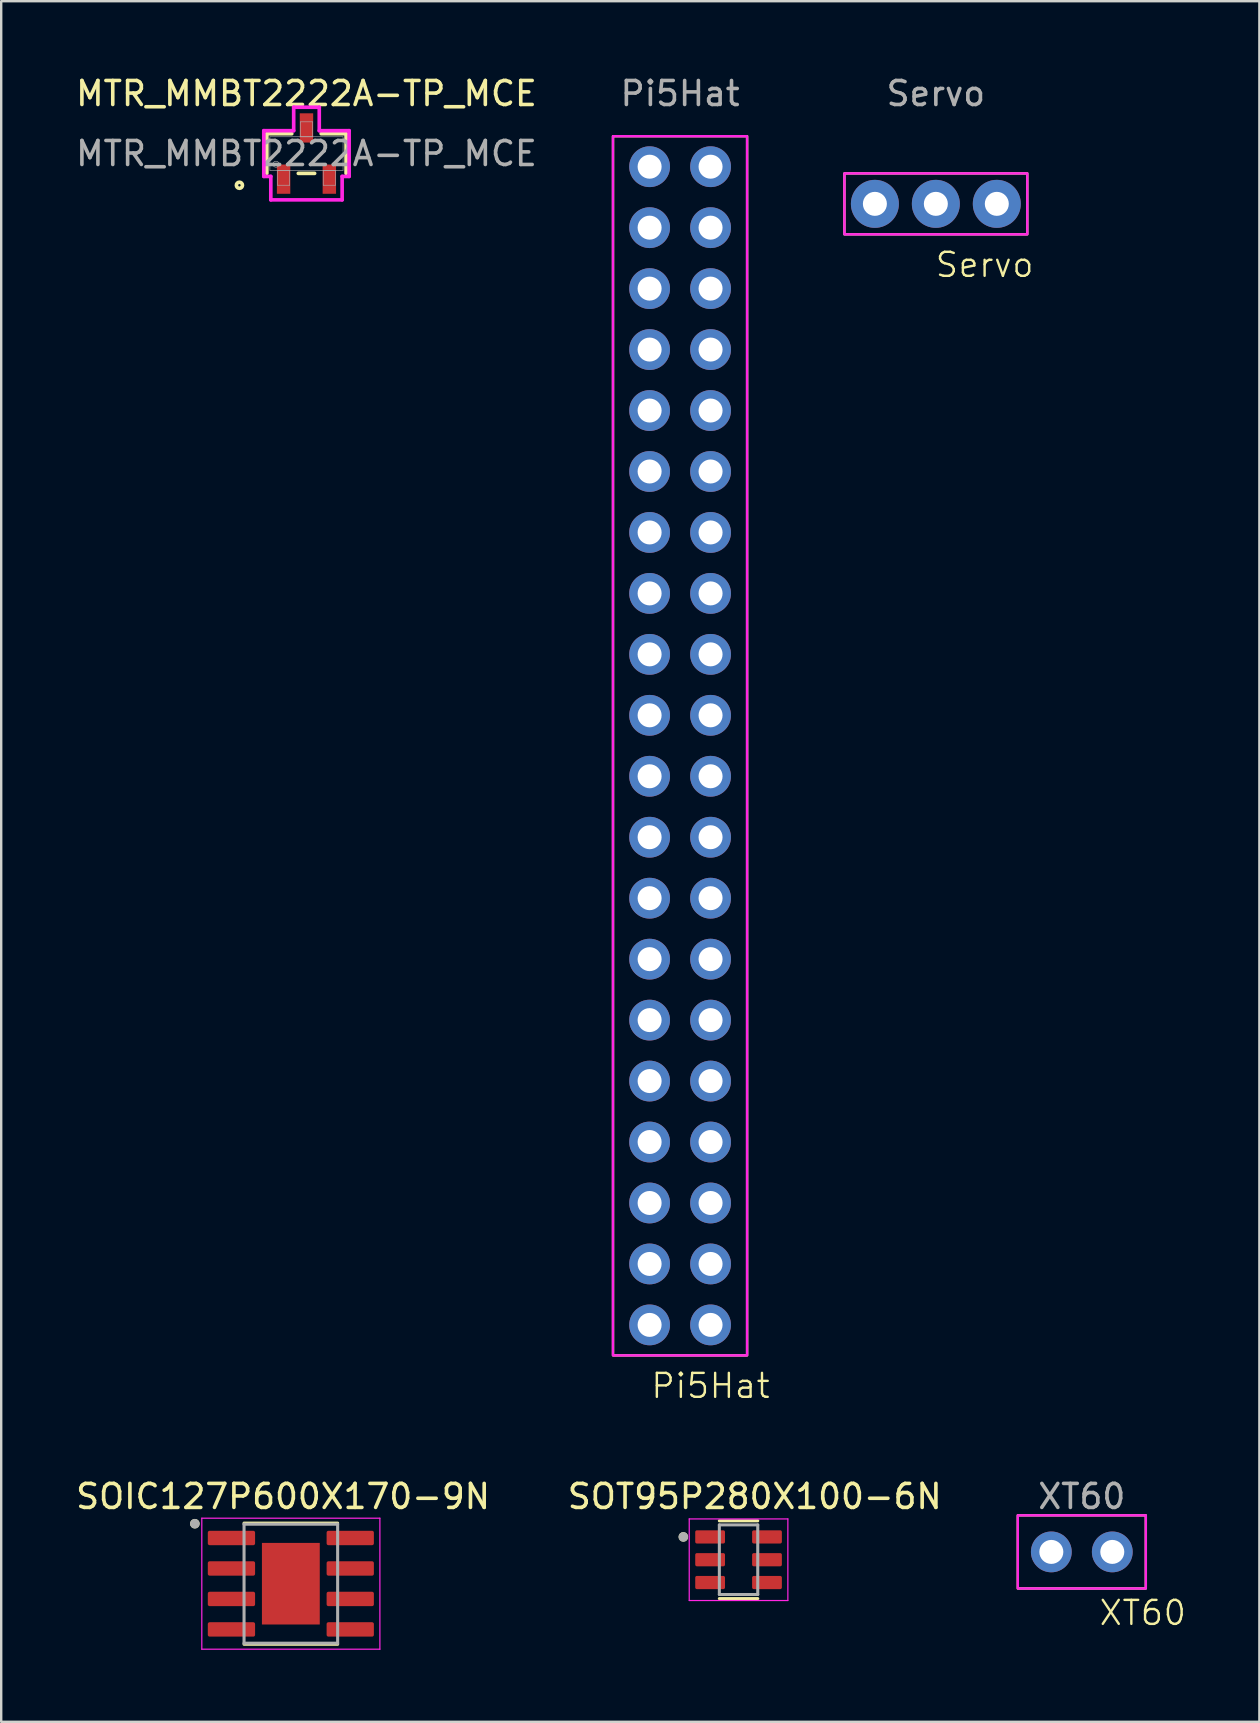
<source format=kicad_pcb>
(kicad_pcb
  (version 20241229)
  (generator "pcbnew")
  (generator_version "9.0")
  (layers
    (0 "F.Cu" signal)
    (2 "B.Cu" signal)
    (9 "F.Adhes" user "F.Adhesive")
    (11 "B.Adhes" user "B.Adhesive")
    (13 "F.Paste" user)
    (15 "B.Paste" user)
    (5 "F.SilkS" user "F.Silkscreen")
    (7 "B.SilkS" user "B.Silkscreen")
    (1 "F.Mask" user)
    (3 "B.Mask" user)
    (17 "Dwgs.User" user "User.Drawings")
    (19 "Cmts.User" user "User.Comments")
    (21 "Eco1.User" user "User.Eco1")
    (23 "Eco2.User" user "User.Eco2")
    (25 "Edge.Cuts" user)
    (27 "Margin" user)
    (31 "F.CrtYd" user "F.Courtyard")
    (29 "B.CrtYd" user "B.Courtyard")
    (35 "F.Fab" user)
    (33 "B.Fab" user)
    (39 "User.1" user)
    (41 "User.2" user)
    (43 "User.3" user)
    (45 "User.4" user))
  (footprint "MTR_MMBT2222A-TP_MCE"
    (layer "F.Cu")
    (at 9.72 3.348)
    (property "Reference" "MTR_MMBT2222A-TP_MCE" (at 0 -2.5 0) (unlocked yes) (layer "F.SilkS") (effects (font (size 1 1) (thickness 0.15))))
    (attr smd)
    (fp_line (start -1.651 -0.826) (end -1.651 0.826) (stroke (width 0.152) (type solid)) (layer "F.SilkS"))
    (fp_line (start -0.612 -0.826) (end -1.651 -0.826) (stroke (width 0.152) (type solid)) (layer "F.SilkS"))
    (fp_line (start -0.34 0.826) (end 0.34 0.826) (stroke (width 0.152) (type solid)) (layer "F.SilkS"))
    (fp_line (start 1.651 -0.826) (end 0.612 -0.826) (stroke (width 0.152) (type solid)) (layer "F.SilkS"))
    (fp_line (start 1.651 0.826) (end 1.651 -0.826) (stroke (width 0.152) (type solid)) (layer "F.SilkS"))
    (fp_circle (center -2.794 1.321) (end -2.667 1.321) (stroke (width 0.152) (type solid)) (fill no) (layer "F.SilkS"))
    (fp_line (start -1.778 -0.953) (end -0.533 -0.953) (stroke (width 0.152) (type solid)) (layer "F.CrtYd"))
    (fp_line (start -1.778 0.953) (end -1.778 -0.953) (stroke (width 0.152) (type solid)) (layer "F.CrtYd"))
    (fp_line (start -1.778 0.953) (end -1.486 0.953) (stroke (width 0.152) (type solid)) (layer "F.CrtYd"))
    (fp_line (start -1.486 0.953) (end -1.486 1.93) (stroke (width 0.152) (type solid)) (layer "F.CrtYd"))
    (fp_line (start -1.486 1.93) (end 1.486 1.93) (stroke (width 0.152) (type solid)) (layer "F.CrtYd"))
    (fp_line (start -0.533 -1.93) (end 0.533 -1.93) (stroke (width 0.152) (type solid)) (layer "F.CrtYd"))
    (fp_line (start -0.533 -0.953) (end -0.533 -1.93) (stroke (width 0.152) (type solid)) (layer "F.CrtYd"))
    (fp_line (start 0.533 -0.953) (end 0.533 -1.93) (stroke (width 0.152) (type solid)) (layer "F.CrtYd"))
    (fp_line (start 1.486 0.953) (end 1.486 1.93) (stroke (width 0.152) (type solid)) (layer "F.CrtYd"))
    (fp_line (start 1.778 -0.953) (end 0.533 -0.953) (stroke (width 0.152) (type solid)) (layer "F.CrtYd"))
    (fp_line (start 1.778 -0.953) (end 1.778 0.953) (stroke (width 0.152) (type solid)) (layer "F.CrtYd"))
    (fp_line (start 1.778 0.953) (end 1.486 0.953) (stroke (width 0.152) (type solid)) (layer "F.CrtYd"))
    (fp_line (start -1.524 -0.699) (end -1.524 0.699) (stroke (width 0.025) (type solid)) (layer "F.Fab"))
    (fp_line (start -1.524 0.699) (end 1.524 0.699) (stroke (width 0.025) (type solid)) (layer "F.Fab"))
    (fp_line (start -1.206 0.699) (end -1.206 1.321) (stroke (width 0.025) (type solid)) (layer "F.Fab"))
    (fp_line (start -1.206 1.321) (end -0.699 1.321) (stroke (width 0.025) (type solid)) (layer "F.Fab"))
    (fp_line (start -0.699 0.699) (end -1.206 0.699) (stroke (width 0.025) (type solid)) (layer "F.Fab"))
    (fp_line (start -0.699 1.321) (end -0.699 0.699) (stroke (width 0.025) (type solid)) (layer "F.Fab"))
    (fp_line (start -0.254 -1.321) (end -0.254 -0.699) (stroke (width 0.025) (type solid)) (layer "F.Fab"))
    (fp_line (start -0.254 -0.699) (end 0.254 -0.699) (stroke (width 0.025) (type solid)) (layer "F.Fab"))
    (fp_line (start 0.254 -1.321) (end -0.254 -1.321) (stroke (width 0.025) (type solid)) (layer "F.Fab"))
    (fp_line (start 0.254 -0.699) (end 0.254 -1.321) (stroke (width 0.025) (type solid)) (layer "F.Fab"))
    (fp_line (start 0.699 0.699) (end 0.699 1.321) (stroke (width 0.025) (type solid)) (layer "F.Fab"))
    (fp_line (start 0.699 1.321) (end 1.206 1.321) (stroke (width 0.025) (type solid)) (layer "F.Fab"))
    (fp_line (start 1.206 0.699) (end 0.699 0.699) (stroke (width 0.025) (type solid)) (layer "F.Fab"))
    (fp_line (start 1.206 1.321) (end 1.206 0.699) (stroke (width 0.025) (type solid)) (layer "F.Fab"))
    (fp_line (start 1.524 -0.699) (end -1.524 -0.699) (stroke (width 0.025) (type solid)) (layer "F.Fab"))
    (fp_line (start 1.524 0.699) (end 1.524 -0.699) (stroke (width 0.025) (type solid)) (layer "F.Fab"))
    (fp_circle (center -1.27 0.445) (end -1.143 0.445) (stroke (width 0.025) (type solid)) (fill no) (layer "F.Fab"))
    (fp_text user "${REFERENCE}" (at 0 0 0) (unlocked yes) (layer "F.Fab") (effects (font (size 1 1) (thickness 0.15))))
    (pad "1" smd rect (at -0.953 1.067) (size 0.559 1.219) (layers "F.Cu" "F.Mask" "F.Paste"))
    (pad "2" smd rect (at 0.953 1.067) (size 0.559 1.219) (layers "F.Cu" "F.Mask" "F.Paste"))
    (pad "3" smd rect (at 0 -1.067) (size 0.559 1.219) (layers "F.Cu" "F.Mask" "F.Paste")))
  (footprint "SOIC127P600X170-9N"
    (layer "F.Cu")
    (at 9.069 62.94)
    (property "Reference" "SOIC127P600X170-9N" (at -0.325 -3.635 0) (layer "F.SilkS") (effects (font (size 1 1) (thickness 0.15))))
    (attr smd)
    (fp_line (start -1.95 -2.525) (end 1.95 -2.525) (stroke (width 0.127) (type solid)) (layer "F.SilkS"))
    (fp_line (start -1.95 2.525) (end 1.95 2.525) (stroke (width 0.127) (type solid)) (layer "F.SilkS"))
    (fp_circle (center -4 -2.5) (end -3.9 -2.5) (stroke (width 0.2) (type solid)) (fill no) (layer "F.SilkS"))
    (fp_poly (pts (xy -0.76 -1.075) (xy 0.76 -1.075) (xy 0.76 1.075) (xy -0.76 1.075)) (stroke (width 0.01) (type solid)) (fill yes) (layer "F.Paste"))
    (fp_line (start -3.71 -2.73) (end -3.71 2.73) (stroke (width 0.05) (type solid)) (layer "F.CrtYd"))
    (fp_line (start -3.71 -2.73) (end 3.71 -2.73) (stroke (width 0.05) (type solid)) (layer "F.CrtYd"))
    (fp_line (start -3.71 2.73) (end 3.71 2.73) (stroke (width 0.05) (type solid)) (layer "F.CrtYd"))
    (fp_line (start 3.71 -2.73) (end 3.71 2.73) (stroke (width 0.05) (type solid)) (layer "F.CrtYd"))
    (fp_line (start -1.95 -2.48) (end -1.95 2.48) (stroke (width 0.127) (type solid)) (layer "F.Fab"))
    (fp_line (start -1.95 -2.48) (end 1.95 -2.48) (stroke (width 0.127) (type solid)) (layer "F.Fab"))
    (fp_line (start -1.95 2.48) (end 1.95 2.48) (stroke (width 0.127) (type solid)) (layer "F.Fab"))
    (fp_line (start 1.95 -2.48) (end 1.95 2.48) (stroke (width 0.127) (type solid)) (layer "F.Fab"))
    (fp_circle (center -4 -2.5) (end -3.9 -2.5) (stroke (width 0.2) (type solid)) (fill no) (layer "F.Fab"))
    (pad "1" smd roundrect (at -2.475 -1.905) (size 1.97 0.6) (layers "F.Cu" "F.Mask" "F.Paste") (roundrect_rratio 0.125))
    (pad "2" smd roundrect (at -2.475 -0.635) (size 1.97 0.6) (layers "F.Cu" "F.Mask" "F.Paste") (roundrect_rratio 0.125))
    (pad "3" smd roundrect (at -2.475 0.635) (size 1.97 0.6) (layers "F.Cu" "F.Mask" "F.Paste") (roundrect_rratio 0.125))
    (pad "4" smd roundrect (at -2.475 1.905) (size 1.97 0.6) (layers "F.Cu" "F.Mask" "F.Paste") (roundrect_rratio 0.125))
    (pad "5" smd roundrect (at 2.475 1.905) (size 1.97 0.6) (layers "F.Cu" "F.Mask" "F.Paste") (roundrect_rratio 0.125))
    (pad "6" smd roundrect (at 2.475 0.635) (size 1.97 0.6) (layers "F.Cu" "F.Mask" "F.Paste") (roundrect_rratio 0.125))
    (pad "7" smd roundrect (at 2.475 -0.635) (size 1.97 0.6) (layers "F.Cu" "F.Mask" "F.Paste") (roundrect_rratio 0.125))
    (pad "8" smd roundrect (at 2.475 -1.905) (size 1.97 0.6) (layers "F.Cu" "F.Mask" "F.Paste") (roundrect_rratio 0.125))
    (pad "9" smd rect (at 0 0) (size 2.41 3.4) (layers "F.Cu" "F.Mask")))
  (footprint "XT60"
    (layer "F.Cu")
    (at 42.027 61.615)
    (property "Reference" "XT60" (at 2.54 2.54 0) (unlocked yes) (layer "F.SilkS") (effects (font (size 1 1) (thickness 0.1))))
    (attr smd)
    (fp_rect (start -2.667 -1.524) (end 2.667 1.524) (stroke (width 0.1) (type default)) (fill no) (layer "F.SilkS"))
    (fp_rect (start -2.667 -1.524) (end 2.667 1.524) (stroke (width 0.1) (type solid)) (fill no) (layer "F.CrtYd"))
    (fp_text user "${REFERENCE}" (at 0 -2.31 0) (unlocked yes) (layer "F.Fab") (effects (font (size 1 1) (thickness 0.15))))
    (pad "1" thru_hole circle (at -1.27 0) (size 1.7 1.7) (drill 1) (layers "*.Cu" "*.Mask"))
    (pad "2" thru_hole circle (at 1.27 0) (size 1.7 1.7) (drill 1) (layers "*.Cu" "*.Mask")))
  (footprint "Pi5Hat"
    (layer "F.Cu")
    (at 25.238 27.856)
    (property "Reference" "Pi5Hat" (at 1.32 26.84 0) (unlocked yes) (layer "F.SilkS") (effects (font (size 1 1) (thickness 0.1))))
    (attr smd)
    (fp_rect (start -2.744 -25.23) (end 2.844 25.57) (stroke (width 0.1) (type default)) (fill no) (layer "F.SilkS"))
    (fp_rect (start -2.748 -25.23) (end 2.84 25.57) (stroke (width 0.1) (type solid)) (fill no) (layer "F.CrtYd"))
    (fp_text user "${REFERENCE}" (at 0.05 -27.008 0) (unlocked yes) (layer "F.Fab") (effects (font (size 1 1) (thickness 0.15))))
    (pad "1" thru_hole circle (at -1.22 -23.96) (size 1.7 1.7) (drill 1) (layers "*.Cu" "*.Mask"))
    (pad "2" thru_hole circle (at 1.32 -23.96) (size 1.7 1.7) (drill 1) (layers "*.Cu" "*.Mask"))
    (pad "3" thru_hole circle (at -1.22 -21.42) (size 1.7 1.7) (drill 1) (layers "*.Cu" "*.Mask"))
    (pad "4" thru_hole circle (at 1.32 -21.42) (size 1.7 1.7) (drill 1) (layers "*.Cu" "*.Mask"))
    (pad "5" thru_hole circle (at -1.22 -18.88) (size 1.7 1.7) (drill 1) (layers "*.Cu" "*.Mask"))
    (pad "6" thru_hole circle (at 1.32 -18.88) (size 1.7 1.7) (drill 1) (layers "*.Cu" "*.Mask"))
    (pad "7" thru_hole circle (at -1.22 -16.34) (size 1.7 1.7) (drill 1) (layers "*.Cu" "*.Mask"))
    (pad "8" thru_hole circle (at 1.32 -16.34) (size 1.7 1.7) (drill 1) (layers "*.Cu" "*.Mask"))
    (pad "9" thru_hole circle (at -1.22 -13.8) (size 1.7 1.7) (drill 1) (layers "*.Cu" "*.Mask"))
    (pad "10" thru_hole circle (at 1.32 -13.8) (size 1.7 1.7) (drill 1) (layers "*.Cu" "*.Mask"))
    (pad "11" thru_hole circle (at -1.22 -11.26) (size 1.7 1.7) (drill 1) (layers "*.Cu" "*.Mask"))
    (pad "12" thru_hole circle (at 1.32 -11.26) (size 1.7 1.7) (drill 1) (layers "*.Cu" "*.Mask"))
    (pad "13" thru_hole circle (at -1.22 -8.72) (size 1.7 1.7) (drill 1) (layers "*.Cu" "*.Mask"))
    (pad "14" thru_hole circle (at 1.32 -8.72) (size 1.7 1.7) (drill 1) (layers "*.Cu" "*.Mask"))
    (pad "15" thru_hole circle (at -1.22 -6.18) (size 1.7 1.7) (drill 1) (layers "*.Cu" "*.Mask"))
    (pad "16" thru_hole circle (at 1.32 -6.18) (size 1.7 1.7) (drill 1) (layers "*.Cu" "*.Mask"))
    (pad "17" thru_hole circle (at -1.22 -3.64) (size 1.7 1.7) (drill 1) (layers "*.Cu" "*.Mask"))
    (pad "18" thru_hole circle (at 1.32 -3.64) (size 1.7 1.7) (drill 1) (layers "*.Cu" "*.Mask"))
    (pad "19" thru_hole circle (at -1.22 -1.1) (size 1.7 1.7) (drill 1) (layers "*.Cu" "*.Mask"))
    (pad "20" thru_hole circle (at 1.32 -1.1) (size 1.7 1.7) (drill 1) (layers "*.Cu" "*.Mask"))
    (pad "21" thru_hole circle (at -1.22 1.44) (size 1.7 1.7) (drill 1) (layers "*.Cu" "*.Mask"))
    (pad "22" thru_hole circle (at 1.32 1.44) (size 1.7 1.7) (drill 1) (layers "*.Cu" "*.Mask"))
    (pad "23" thru_hole circle (at -1.22 3.98) (size 1.7 1.7) (drill 1) (layers "*.Cu" "*.Mask"))
    (pad "24" thru_hole circle (at 1.32 3.98) (size 1.7 1.7) (drill 1) (layers "*.Cu" "*.Mask"))
    (pad "25" thru_hole circle (at -1.22 6.52) (size 1.7 1.7) (drill 1) (layers "*.Cu" "*.Mask"))
    (pad "26" thru_hole circle (at 1.32 6.52) (size 1.7 1.7) (drill 1) (layers "*.Cu" "*.Mask"))
    (pad "27" thru_hole circle (at -1.22 9.06) (size 1.7 1.7) (drill 1) (layers "*.Cu" "*.Mask"))
    (pad "28" thru_hole circle (at 1.32 9.06) (size 1.7 1.7) (drill 1) (layers "*.Cu" "*.Mask"))
    (pad "29" thru_hole circle (at -1.22 11.6) (size 1.7 1.7) (drill 1) (layers "*.Cu" "*.Mask"))
    (pad "30" thru_hole circle (at 1.32 11.6) (size 1.7 1.7) (drill 1) (layers "*.Cu" "*.Mask"))
    (pad "31" thru_hole circle (at -1.22 14.14) (size 1.7 1.7) (drill 1) (layers "*.Cu" "*.Mask"))
    (pad "32" thru_hole circle (at 1.32 14.14) (size 1.7 1.7) (drill 1) (layers "*.Cu" "*.Mask"))
    (pad "33" thru_hole circle (at -1.22 16.68) (size 1.7 1.7) (drill 1) (layers "*.Cu" "*.Mask"))
    (pad "34" thru_hole circle (at 1.32 16.68) (size 1.7 1.7) (drill 1) (layers "*.Cu" "*.Mask"))
    (pad "35" thru_hole circle (at -1.22 19.22) (size 1.7 1.7) (drill 1) (layers "*.Cu" "*.Mask"))
    (pad "36" thru_hole circle (at 1.32 19.22) (size 1.7 1.7) (drill 1) (layers "*.Cu" "*.Mask"))
    (pad "37" thru_hole circle (at -1.22 21.76) (size 1.7 1.7) (drill 1) (layers "*.Cu" "*.Mask"))
    (pad "38" thru_hole circle (at 1.32 21.76) (size 1.7 1.7) (drill 1) (layers "*.Cu" "*.Mask"))
    (pad "39" thru_hole circle (at -1.22 24.3) (size 1.7 1.7) (drill 1) (layers "*.Cu" "*.Mask"))
    (pad "40" thru_hole circle (at 1.32 24.3) (size 1.7 1.7) (drill 1) (layers "*.Cu" "*.Mask")))
  (footprint "Servo"
    (layer "F.Cu")
    (at 35.945 5.444)
    (property "Reference" "Servo" (at 2.032 2.54 0) (unlocked yes) (layer "F.SilkS") (effects (font (size 1 1) (thickness 0.1))))
    (attr smd)
    (fp_rect (start -3.81 -1.27) (end 3.81 1.27) (stroke (width 0.1) (type default)) (fill no) (layer "F.SilkS"))
    (fp_rect (start -3.81 -1.27) (end 3.81 1.27) (stroke (width 0.1) (type solid)) (fill no) (layer "F.CrtYd"))
    (fp_text user "${REFERENCE}" (at 0 -4.596 0) (unlocked yes) (layer "F.Fab") (effects (font (size 1 1) (thickness 0.15))))
    (pad "1" thru_hole circle (at -2.54 0) (size 2 2) (drill 1) (layers "*.Cu" "*.Mask"))
    (pad "2" thru_hole circle (at 0 0) (size 2 2) (drill 1) (layers "*.Cu" "*.Mask"))
    (pad "3" thru_hole circle (at 2.54 0) (size 2 2) (drill 1) (layers "*.Cu" "*.Mask")))
  (footprint "SOT95P280X100-6N"
    (layer "F.Cu")
    (at 27.724 61.94)
    (property "Reference" "SOT95P280X100-6N" (at 0.675 -2.635 0) (layer "F.SilkS") (effects (font (size 1 1) (thickness 0.15))))
    (attr smd)
    (fp_line (start -0.8 -1.62) (end 0.8 -1.62) (stroke (width 0.127) (type solid)) (layer "F.SilkS"))
    (fp_line (start -0.8 1.62) (end 0.8 1.62) (stroke (width 0.127) (type solid)) (layer "F.SilkS"))
    (fp_circle (center -2.3 -0.95) (end -2.2 -0.95) (stroke (width 0.2) (type solid)) (fill no) (layer "F.SilkS"))
    (fp_line (start -2.055 -1.7) (end -2.055 1.7) (stroke (width 0.05) (type solid)) (layer "F.CrtYd"))
    (fp_line (start -2.055 -1.7) (end 2.055 -1.7) (stroke (width 0.05) (type solid)) (layer "F.CrtYd"))
    (fp_line (start -2.055 1.7) (end 2.055 1.7) (stroke (width 0.05) (type solid)) (layer "F.CrtYd"))
    (fp_line (start 2.055 -1.7) (end 2.055 1.7) (stroke (width 0.05) (type solid)) (layer "F.CrtYd"))
    (fp_line (start -0.8 -1.45) (end -0.8 1.45) (stroke (width 0.127) (type solid)) (layer "F.Fab"))
    (fp_line (start -0.8 -1.45) (end 0.8 -1.45) (stroke (width 0.127) (type solid)) (layer "F.Fab"))
    (fp_line (start -0.8 1.45) (end 0.8 1.45) (stroke (width 0.127) (type solid)) (layer "F.Fab"))
    (fp_line (start 0.8 -1.45) (end 0.8 1.45) (stroke (width 0.127) (type solid)) (layer "F.Fab"))
    (fp_circle (center -2.3 -0.95) (end -2.2 -0.95) (stroke (width 0.2) (type solid)) (fill no) (layer "F.Fab"))
    (pad "1" smd roundrect (at -1.185 -0.95) (size 1.24 0.55) (layers "F.Cu" "F.Mask" "F.Paste") (roundrect_rratio 0.125))
    (pad "2" smd roundrect (at -1.185 0) (size 1.24 0.55) (layers "F.Cu" "F.Mask" "F.Paste") (roundrect_rratio 0.125))
    (pad "3" smd roundrect (at -1.185 0.95) (size 1.24 0.55) (layers "F.Cu" "F.Mask" "F.Paste") (roundrect_rratio 0.125))
    (pad "4" smd roundrect (at 1.185 0.95) (size 1.24 0.55) (layers "F.Cu" "F.Mask" "F.Paste") (roundrect_rratio 0.125))
    (pad "5" smd roundrect (at 1.185 0) (size 1.24 0.55) (layers "F.Cu" "F.Mask" "F.Paste") (roundrect_rratio 0.125))
    (pad "6" smd roundrect (at 1.185 -0.95) (size 1.24 0.55) (layers "F.Cu" "F.Mask" "F.Paste") (roundrect_rratio 0.125)))
  (gr_rect
    (start -3 -3)
    (end 49.426 68.695)
    (stroke (width 0.1) (type default))
    (fill no)
    (layer "Edge.Cuts")))
</source>
